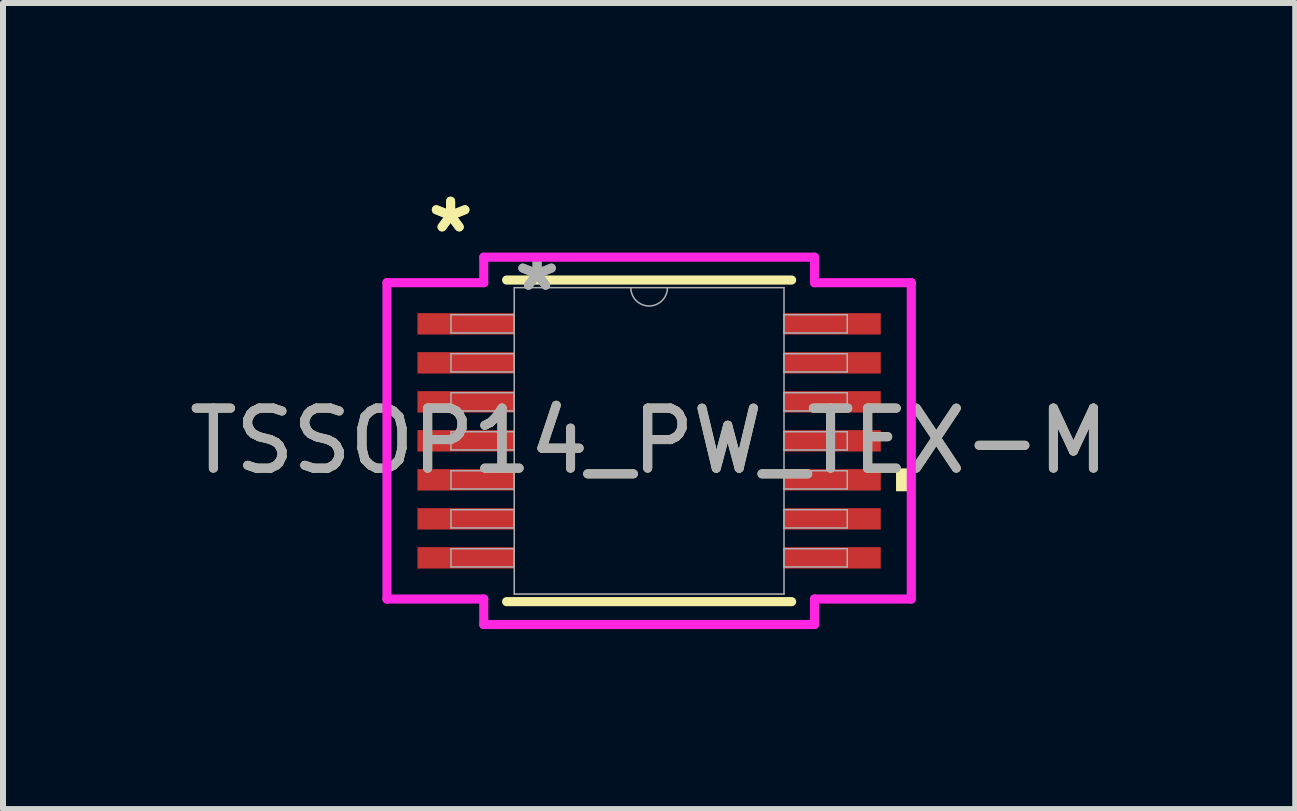
<source format=kicad_pcb>
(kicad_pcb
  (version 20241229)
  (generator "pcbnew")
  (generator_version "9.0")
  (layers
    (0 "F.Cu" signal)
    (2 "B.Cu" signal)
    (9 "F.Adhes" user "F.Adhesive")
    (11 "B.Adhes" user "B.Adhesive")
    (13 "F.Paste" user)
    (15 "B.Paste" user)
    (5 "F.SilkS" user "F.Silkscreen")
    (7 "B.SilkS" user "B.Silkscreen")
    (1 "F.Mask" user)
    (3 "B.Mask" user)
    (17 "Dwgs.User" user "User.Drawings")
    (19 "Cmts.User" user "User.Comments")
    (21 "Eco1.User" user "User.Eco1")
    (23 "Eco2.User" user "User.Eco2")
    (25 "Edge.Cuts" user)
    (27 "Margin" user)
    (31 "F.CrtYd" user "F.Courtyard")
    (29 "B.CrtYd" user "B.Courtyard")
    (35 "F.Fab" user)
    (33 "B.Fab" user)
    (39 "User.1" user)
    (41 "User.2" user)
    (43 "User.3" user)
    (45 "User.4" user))
  (footprint "TSSOP14_PW_TEX-M"
    (layer "F.Cu")
    (at 7.768 4.297)
    (property "Reference" "TSSOP14_PW_TEX-M" (at 0 0 0) (unlocked yes) (layer "F.SilkS") (effects (font (size 1 1) (thickness 0.15))))
    (attr smd)
    (fp_line (start -2.375 2.68) (end 2.375 2.68) (stroke (width 0.152) (type solid)) (layer "F.SilkS"))
    (fp_line (start 2.375 -2.68) (end -2.375 -2.68) (stroke (width 0.152) (type solid)) (layer "F.SilkS"))
    (fp_poly (pts (xy 4.369 0.459) (xy 4.369 0.84) (xy 4.115 0.84) (xy 4.115 0.459)) (stroke (width 0) (type solid)) (fill yes) (layer "F.SilkS"))
    (fp_line (start -4.369 -2.636) (end -2.756 -2.636) (stroke (width 0.152) (type solid)) (layer "F.CrtYd"))
    (fp_line (start -4.369 2.636) (end -4.369 -2.636) (stroke (width 0.152) (type solid)) (layer "F.CrtYd"))
    (fp_line (start -4.369 2.636) (end -2.756 2.636) (stroke (width 0.152) (type solid)) (layer "F.CrtYd"))
    (fp_line (start -2.756 -3.061) (end 2.756 -3.061) (stroke (width 0.152) (type solid)) (layer "F.CrtYd"))
    (fp_line (start -2.756 -2.636) (end -2.756 -3.061) (stroke (width 0.152) (type solid)) (layer "F.CrtYd"))
    (fp_line (start -2.756 3.061) (end -2.756 2.636) (stroke (width 0.152) (type solid)) (layer "F.CrtYd"))
    (fp_line (start 2.756 -3.061) (end 2.756 -2.636) (stroke (width 0.152) (type solid)) (layer "F.CrtYd"))
    (fp_line (start 2.756 2.636) (end 2.756 3.061) (stroke (width 0.152) (type solid)) (layer "F.CrtYd"))
    (fp_line (start 2.756 3.061) (end -2.756 3.061) (stroke (width 0.152) (type solid)) (layer "F.CrtYd"))
    (fp_line (start 4.369 -2.636) (end 2.756 -2.636) (stroke (width 0.152) (type solid)) (layer "F.CrtYd"))
    (fp_line (start 4.369 -2.636) (end 4.369 2.636) (stroke (width 0.152) (type solid)) (layer "F.CrtYd"))
    (fp_line (start 4.369 2.636) (end 2.756 2.636) (stroke (width 0.152) (type solid)) (layer "F.CrtYd"))
    (fp_line (start -3.302 -2.102) (end -3.302 -1.798) (stroke (width 0.025) (type solid)) (layer "F.Fab"))
    (fp_line (start -3.302 -1.798) (end -2.248 -1.798) (stroke (width 0.025) (type solid)) (layer "F.Fab"))
    (fp_line (start -3.302 -1.452) (end -3.302 -1.148) (stroke (width 0.025) (type solid)) (layer "F.Fab"))
    (fp_line (start -3.302 -1.148) (end -2.248 -1.148) (stroke (width 0.025) (type solid)) (layer "F.Fab"))
    (fp_line (start -3.302 -0.802) (end -3.302 -0.498) (stroke (width 0.025) (type solid)) (layer "F.Fab"))
    (fp_line (start -3.302 -0.498) (end -2.248 -0.498) (stroke (width 0.025) (type solid)) (layer "F.Fab"))
    (fp_line (start -3.302 -0.152) (end -3.302 0.152) (stroke (width 0.025) (type solid)) (layer "F.Fab"))
    (fp_line (start -3.302 0.152) (end -2.248 0.152) (stroke (width 0.025) (type solid)) (layer "F.Fab"))
    (fp_line (start -3.302 0.498) (end -3.302 0.802) (stroke (width 0.025) (type solid)) (layer "F.Fab"))
    (fp_line (start -3.302 0.802) (end -2.248 0.802) (stroke (width 0.025) (type solid)) (layer "F.Fab"))
    (fp_line (start -3.302 1.148) (end -3.302 1.452) (stroke (width 0.025) (type solid)) (layer "F.Fab"))
    (fp_line (start -3.302 1.452) (end -2.248 1.452) (stroke (width 0.025) (type solid)) (layer "F.Fab"))
    (fp_line (start -3.302 1.798) (end -3.302 2.102) (stroke (width 0.025) (type solid)) (layer "F.Fab"))
    (fp_line (start -3.302 2.102) (end -2.248 2.102) (stroke (width 0.025) (type solid)) (layer "F.Fab"))
    (fp_line (start -2.248 -2.553) (end -2.248 2.553) (stroke (width 0.025) (type solid)) (layer "F.Fab"))
    (fp_line (start -2.248 -2.102) (end -3.302 -2.102) (stroke (width 0.025) (type solid)) (layer "F.Fab"))
    (fp_line (start -2.248 -1.798) (end -2.248 -2.102) (stroke (width 0.025) (type solid)) (layer "F.Fab"))
    (fp_line (start -2.248 -1.452) (end -3.302 -1.452) (stroke (width 0.025) (type solid)) (layer "F.Fab"))
    (fp_line (start -2.248 -1.148) (end -2.248 -1.452) (stroke (width 0.025) (type solid)) (layer "F.Fab"))
    (fp_line (start -2.248 -0.802) (end -3.302 -0.802) (stroke (width 0.025) (type solid)) (layer "F.Fab"))
    (fp_line (start -2.248 -0.498) (end -2.248 -0.802) (stroke (width 0.025) (type solid)) (layer "F.Fab"))
    (fp_line (start -2.248 -0.152) (end -3.302 -0.152) (stroke (width 0.025) (type solid)) (layer "F.Fab"))
    (fp_line (start -2.248 0.152) (end -2.248 -0.152) (stroke (width 0.025) (type solid)) (layer "F.Fab"))
    (fp_line (start -2.248 0.498) (end -3.302 0.498) (stroke (width 0.025) (type solid)) (layer "F.Fab"))
    (fp_line (start -2.248 0.802) (end -2.248 0.498) (stroke (width 0.025) (type solid)) (layer "F.Fab"))
    (fp_line (start -2.248 1.148) (end -3.302 1.148) (stroke (width 0.025) (type solid)) (layer "F.Fab"))
    (fp_line (start -2.248 1.452) (end -2.248 1.148) (stroke (width 0.025) (type solid)) (layer "F.Fab"))
    (fp_line (start -2.248 1.798) (end -3.302 1.798) (stroke (width 0.025) (type solid)) (layer "F.Fab"))
    (fp_line (start -2.248 2.102) (end -2.248 1.798) (stroke (width 0.025) (type solid)) (layer "F.Fab"))
    (fp_line (start -2.248 2.553) (end 2.248 2.553) (stroke (width 0.025) (type solid)) (layer "F.Fab"))
    (fp_line (start 2.248 -2.553) (end -2.248 -2.553) (stroke (width 0.025) (type solid)) (layer "F.Fab"))
    (fp_line (start 2.248 -2.102) (end 2.248 -1.798) (stroke (width 0.025) (type solid)) (layer "F.Fab"))
    (fp_line (start 2.248 -1.798) (end 3.302 -1.798) (stroke (width 0.025) (type solid)) (layer "F.Fab"))
    (fp_line (start 2.248 -1.452) (end 2.248 -1.148) (stroke (width 0.025) (type solid)) (layer "F.Fab"))
    (fp_line (start 2.248 -1.148) (end 3.302 -1.148) (stroke (width 0.025) (type solid)) (layer "F.Fab"))
    (fp_line (start 2.248 -0.802) (end 2.248 -0.498) (stroke (width 0.025) (type solid)) (layer "F.Fab"))
    (fp_line (start 2.248 -0.498) (end 3.302 -0.498) (stroke (width 0.025) (type solid)) (layer "F.Fab"))
    (fp_line (start 2.248 -0.152) (end 2.248 0.152) (stroke (width 0.025) (type solid)) (layer "F.Fab"))
    (fp_line (start 2.248 0.152) (end 3.302 0.152) (stroke (width 0.025) (type solid)) (layer "F.Fab"))
    (fp_line (start 2.248 0.498) (end 2.248 0.802) (stroke (width 0.025) (type solid)) (layer "F.Fab"))
    (fp_line (start 2.248 0.802) (end 3.302 0.802) (stroke (width 0.025) (type solid)) (layer "F.Fab"))
    (fp_line (start 2.248 1.148) (end 2.248 1.452) (stroke (width 0.025) (type solid)) (layer "F.Fab"))
    (fp_line (start 2.248 1.452) (end 3.302 1.452) (stroke (width 0.025) (type solid)) (layer "F.Fab"))
    (fp_line (start 2.248 1.798) (end 2.248 2.102) (stroke (width 0.025) (type solid)) (layer "F.Fab"))
    (fp_line (start 2.248 2.102) (end 3.302 2.102) (stroke (width 0.025) (type solid)) (layer "F.Fab"))
    (fp_line (start 2.248 2.553) (end 2.248 -2.553) (stroke (width 0.025) (type solid)) (layer "F.Fab"))
    (fp_line (start 3.302 -2.102) (end 2.248 -2.102) (stroke (width 0.025) (type solid)) (layer "F.Fab"))
    (fp_line (start 3.302 -1.798) (end 3.302 -2.102) (stroke (width 0.025) (type solid)) (layer "F.Fab"))
    (fp_line (start 3.302 -1.452) (end 2.248 -1.452) (stroke (width 0.025) (type solid)) (layer "F.Fab"))
    (fp_line (start 3.302 -1.148) (end 3.302 -1.452) (stroke (width 0.025) (type solid)) (layer "F.Fab"))
    (fp_line (start 3.302 -0.802) (end 2.248 -0.802) (stroke (width 0.025) (type solid)) (layer "F.Fab"))
    (fp_line (start 3.302 -0.498) (end 3.302 -0.802) (stroke (width 0.025) (type solid)) (layer "F.Fab"))
    (fp_line (start 3.302 -0.152) (end 2.248 -0.152) (stroke (width 0.025) (type solid)) (layer "F.Fab"))
    (fp_line (start 3.302 0.152) (end 3.302 -0.152) (stroke (width 0.025) (type solid)) (layer "F.Fab"))
    (fp_line (start 3.302 0.498) (end 2.248 0.498) (stroke (width 0.025) (type solid)) (layer "F.Fab"))
    (fp_line (start 3.302 0.802) (end 3.302 0.498) (stroke (width 0.025) (type solid)) (layer "F.Fab"))
    (fp_line (start 3.302 1.148) (end 2.248 1.148) (stroke (width 0.025) (type solid)) (layer "F.Fab"))
    (fp_line (start 3.302 1.452) (end 3.302 1.148) (stroke (width 0.025) (type solid)) (layer "F.Fab"))
    (fp_line (start 3.302 1.798) (end 2.248 1.798) (stroke (width 0.025) (type solid)) (layer "F.Fab"))
    (fp_line (start 3.302 2.102) (end 3.302 1.798) (stroke (width 0.025) (type solid)) (layer "F.Fab"))
    (fp_arc (start 0.3048 -2.5527) (mid 0 -2.2479) (end -0.3048 -2.5527) (stroke (width 0.0254) (type solid)) (layer "F.Fab"))
    (fp_text user "*" (at -3.308 -3.449 0) (unlocked yes) (layer "F.SilkS") (effects (font (size 1 1) (thickness 0.15))))
    (fp_text user "*" (at -3.308 -3.449 0) (layer "F.SilkS") (effects (font (size 1 1) (thickness 0.15))))
    (fp_text user "*" (at -1.867 -2.477 0) (layer "F.Fab") (effects (font (size 1 1) (thickness 0.15))))
    (fp_text user "*" (at -1.867 -2.477 0) (unlocked yes) (layer "F.Fab") (effects (font (size 1 1) (thickness 0.15))))
    (fp_text user "${REFERENCE}" (at 0 0 0) (unlocked yes) (layer "F.Fab") (effects (font (size 1 1) (thickness 0.15))))
    (pad "1" smd rect (at -3.054 -1.95) (size 1.613 0.356) (layers "F.Cu" "F.Mask" "F.Paste"))
    (pad "2" smd rect (at -3.054 -1.3) (size 1.613 0.356) (layers "F.Cu" "F.Mask" "F.Paste"))
    (pad "3" smd rect (at -3.054 -0.65) (size 1.613 0.356) (layers "F.Cu" "F.Mask" "F.Paste"))
    (pad "4" smd rect (at -3.054 0) (size 1.613 0.356) (layers "F.Cu" "F.Mask" "F.Paste"))
    (pad "5" smd rect (at -3.054 0.65) (size 1.613 0.356) (layers "F.Cu" "F.Mask" "F.Paste"))
    (pad "6" smd rect (at -3.054 1.3) (size 1.613 0.356) (layers "F.Cu" "F.Mask" "F.Paste"))
    (pad "7" smd rect (at -3.054 1.95) (size 1.613 0.356) (layers "F.Cu" "F.Mask" "F.Paste"))
    (pad "8" smd rect (at 3.054 1.95) (size 1.613 0.356) (layers "F.Cu" "F.Mask" "F.Paste"))
    (pad "9" smd rect (at 3.054 1.3) (size 1.613 0.356) (layers "F.Cu" "F.Mask" "F.Paste"))
    (pad "10" smd rect (at 3.054 0.65) (size 1.613 0.356) (layers "F.Cu" "F.Mask" "F.Paste"))
    (pad "11" smd rect (at 3.054 0) (size 1.613 0.356) (layers "F.Cu" "F.Mask" "F.Paste"))
    (pad "12" smd rect (at 3.054 -0.65) (size 1.613 0.356) (layers "F.Cu" "F.Mask" "F.Paste"))
    (pad "13" smd rect (at 3.054 -1.3) (size 1.613 0.356) (layers "F.Cu" "F.Mask" "F.Paste"))
    (pad "14" smd rect (at 3.054 -1.95) (size 1.613 0.356) (layers "F.Cu" "F.Mask" "F.Paste")))
  (gr_rect
    (start -3 -3)
    (end 18.536 10.434)
    (stroke (width 0.1) (type default))
    (fill no)
    (layer "Edge.Cuts")))
</source>
